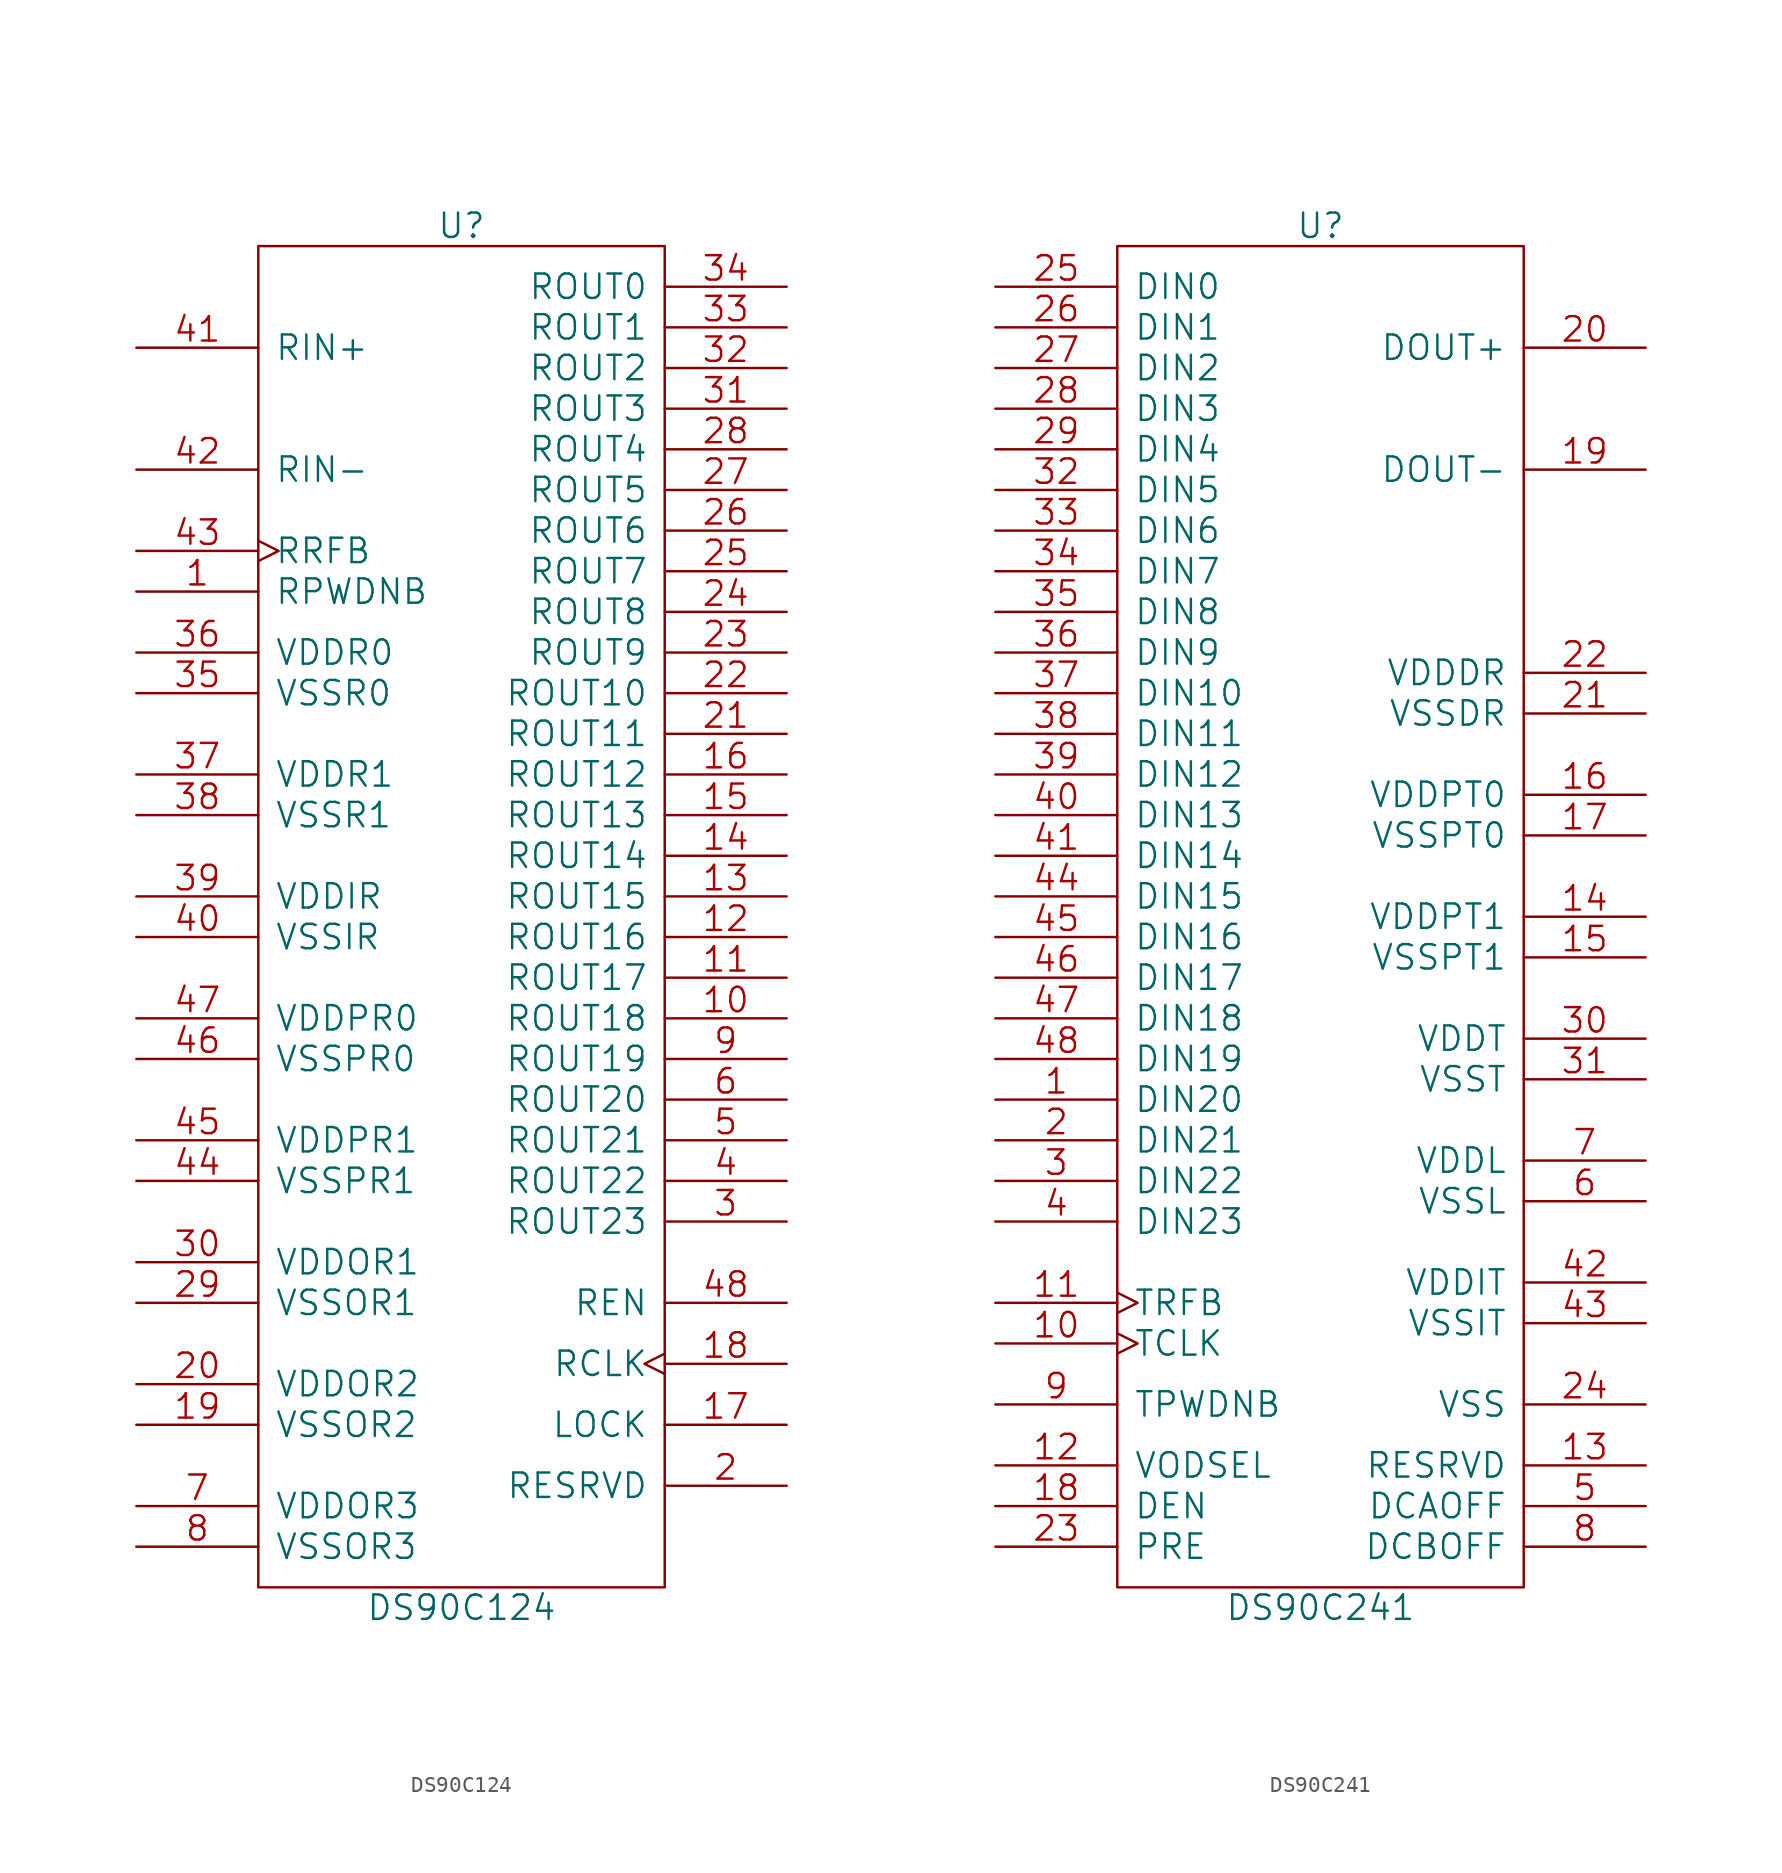
<source format=kicad_sym>
(kicad_symbol_lib
  (version 20211014)
  (generator kicad_symbol_editor)
  (symbol "DS90C124"
    (pin_names
      (offset 1.016))
    (property "Reference" "U"
      (at 0 43.18 0)
      (effects (font (size 1.524 1.524))))
    (property "Value" "DS90C124"
      (at 0 -43.18 0)
      (effects (font (size 1.524 1.524))))
    (property "Footprint" ""
      (at 0 0 0)
      (effects (font (size 1.524 1.524))))
    (property "Datasheet" ""
      (at 0 0 0)
      (effects (font (size 1.524 1.524))))
    (symbol "DS90C124_0_1"
      (rectangle (start -12.7 41.91) (end 12.7 -41.91) (stroke (width 0) (type default) (color 0 0 0 0)) (fill (type none))))
    (symbol "DS90C124_1_1"
      (pin input line (at -20.32 20.32 0) (length 7.62) (name "RPWDNB" (effects (font (size 1.524 1.524)))) (number "1" (effects (font (size 1.524 1.524)))))
      (pin output line (at 20.32 -6.35 180) (length 7.62) (name "ROUT18" (effects (font (size 1.524 1.524)))) (number "10" (effects (font (size 1.524 1.524)))))
      (pin output line (at 20.32 -3.81 180) (length 7.62) (name "ROUT17" (effects (font (size 1.524 1.524)))) (number "11" (effects (font (size 1.524 1.524)))))
      (pin output line (at 20.32 -1.27 180) (length 7.62) (name "ROUT16" (effects (font (size 1.524 1.524)))) (number "12" (effects (font (size 1.524 1.524)))))
      (pin output line (at 20.32 1.27 180) (length 7.62) (name "ROUT15" (effects (font (size 1.524 1.524)))) (number "13" (effects (font (size 1.524 1.524)))))
      (pin output line (at 20.32 3.81 180) (length 7.62) (name "ROUT14" (effects (font (size 1.524 1.524)))) (number "14" (effects (font (size 1.524 1.524)))))
      (pin output line (at 20.32 6.35 180) (length 7.62) (name "ROUT13" (effects (font (size 1.524 1.524)))) (number "15" (effects (font (size 1.524 1.524)))))
      (pin output line (at 20.32 8.89 180) (length 7.62) (name "ROUT12" (effects (font (size 1.524 1.524)))) (number "16" (effects (font (size 1.524 1.524)))))
      (pin output line (at 20.32 -31.75 180) (length 7.62) (name "LOCK" (effects (font (size 1.524 1.524)))) (number "17" (effects (font (size 1.524 1.524)))))
      (pin output clock (at 20.32 -27.94 180) (length 7.62) (name "RCLK" (effects (font (size 1.524 1.524)))) (number "18" (effects (font (size 1.524 1.524)))))
      (pin power_in line (at -20.32 -31.75 0) (length 7.62) (name "VSSOR2" (effects (font (size 1.524 1.524)))) (number "19" (effects (font (size 1.524 1.524)))))
      (pin input line (at 20.32 -35.56 180) (length 7.62) (name "RESRVD" (effects (font (size 1.524 1.524)))) (number "2" (effects (font (size 1.524 1.524)))))
      (pin power_in line (at -20.32 -29.21 0) (length 7.62) (name "VDDOR2" (effects (font (size 1.524 1.524)))) (number "20" (effects (font (size 1.524 1.524)))))
      (pin output line (at 20.32 11.43 180) (length 7.62) (name "ROUT11" (effects (font (size 1.524 1.524)))) (number "21" (effects (font (size 1.524 1.524)))))
      (pin output line (at 20.32 13.97 180) (length 7.62) (name "ROUT10" (effects (font (size 1.524 1.524)))) (number "22" (effects (font (size 1.524 1.524)))))
      (pin output line (at 20.32 16.51 180) (length 7.62) (name "ROUT9" (effects (font (size 1.524 1.524)))) (number "23" (effects (font (size 1.524 1.524)))))
      (pin output line (at 20.32 19.05 180) (length 7.62) (name "ROUT8" (effects (font (size 1.524 1.524)))) (number "24" (effects (font (size 1.524 1.524)))))
      (pin output line (at 20.32 21.59 180) (length 7.62) (name "ROUT7" (effects (font (size 1.524 1.524)))) (number "25" (effects (font (size 1.524 1.524)))))
      (pin output line (at 20.32 24.13 180) (length 7.62) (name "ROUT6" (effects (font (size 1.524 1.524)))) (number "26" (effects (font (size 1.524 1.524)))))
      (pin output line (at 20.32 26.67 180) (length 7.62) (name "ROUT5" (effects (font (size 1.524 1.524)))) (number "27" (effects (font (size 1.524 1.524)))))
      (pin output line (at 20.32 29.21 180) (length 7.62) (name "ROUT4" (effects (font (size 1.524 1.524)))) (number "28" (effects (font (size 1.524 1.524)))))
      (pin power_in line (at -20.32 -24.13 0) (length 7.62) (name "VSSOR1" (effects (font (size 1.524 1.524)))) (number "29" (effects (font (size 1.524 1.524)))))
      (pin output line (at 20.32 -19.05 180) (length 7.62) (name "ROUT23" (effects (font (size 1.524 1.524)))) (number "3" (effects (font (size 1.524 1.524)))))
      (pin power_in line (at -20.32 -21.59 0) (length 7.62) (name "VDDOR1" (effects (font (size 1.524 1.524)))) (number "30" (effects (font (size 1.524 1.524)))))
      (pin output line (at 20.32 31.75 180) (length 7.62) (name "ROUT3" (effects (font (size 1.524 1.524)))) (number "31" (effects (font (size 1.524 1.524)))))
      (pin output line (at 20.32 34.29 180) (length 7.62) (name "ROUT2" (effects (font (size 1.524 1.524)))) (number "32" (effects (font (size 1.524 1.524)))))
      (pin output line (at 20.32 36.83 180) (length 7.62) (name "ROUT1" (effects (font (size 1.524 1.524)))) (number "33" (effects (font (size 1.524 1.524)))))
      (pin output line (at 20.32 39.37 180) (length 7.62) (name "ROUT0" (effects (font (size 1.524 1.524)))) (number "34" (effects (font (size 1.524 1.524)))))
      (pin power_in line (at -20.32 13.97 0) (length 7.62) (name "VSSR0" (effects (font (size 1.524 1.524)))) (number "35" (effects (font (size 1.524 1.524)))))
      (pin power_in line (at -20.32 16.51 0) (length 7.62) (name "VDDR0" (effects (font (size 1.524 1.524)))) (number "36" (effects (font (size 1.524 1.524)))))
      (pin power_in line (at -20.32 8.89 0) (length 7.62) (name "VDDR1" (effects (font (size 1.524 1.524)))) (number "37" (effects (font (size 1.524 1.524)))))
      (pin power_in line (at -20.32 6.35 0) (length 7.62) (name "VSSR1" (effects (font (size 1.524 1.524)))) (number "38" (effects (font (size 1.524 1.524)))))
      (pin power_in line (at -20.32 1.27 0) (length 7.62) (name "VDDIR" (effects (font (size 1.524 1.524)))) (number "39" (effects (font (size 1.524 1.524)))))
      (pin output line (at 20.32 -16.51 180) (length 7.62) (name "ROUT22" (effects (font (size 1.524 1.524)))) (number "4" (effects (font (size 1.524 1.524)))))
      (pin power_in line (at -20.32 -1.27 0) (length 7.62) (name "VSSIR" (effects (font (size 1.524 1.524)))) (number "40" (effects (font (size 1.524 1.524)))))
      (pin input line (at -20.32 35.56 0) (length 7.62) (name "RIN+" (effects (font (size 1.524 1.524)))) (number "41" (effects (font (size 1.524 1.524)))))
      (pin input line (at -20.32 27.94 0) (length 7.62) (name "RIN-" (effects (font (size 1.524 1.524)))) (number "42" (effects (font (size 1.524 1.524)))))
      (pin input clock (at -20.32 22.86 0) (length 7.62) (name "RRFB" (effects (font (size 1.524 1.524)))) (number "43" (effects (font (size 1.524 1.524)))))
      (pin power_in line (at -20.32 -16.51 0) (length 7.62) (name "VSSPR1" (effects (font (size 1.524 1.524)))) (number "44" (effects (font (size 1.524 1.524)))))
      (pin power_in line (at -20.32 -13.97 0) (length 7.62) (name "VDDPR1" (effects (font (size 1.524 1.524)))) (number "45" (effects (font (size 1.524 1.524)))))
      (pin power_in line (at -20.32 -8.89 0) (length 7.62) (name "VSSPR0" (effects (font (size 1.524 1.524)))) (number "46" (effects (font (size 1.524 1.524)))))
      (pin power_in line (at -20.32 -6.35 0) (length 7.62) (name "VDDPR0" (effects (font (size 1.524 1.524)))) (number "47" (effects (font (size 1.524 1.524)))))
      (pin input line (at 20.32 -24.13 180) (length 7.62) (name "REN" (effects (font (size 1.524 1.524)))) (number "48" (effects (font (size 1.524 1.524)))))
      (pin output line (at 20.32 -13.97 180) (length 7.62) (name "ROUT21" (effects (font (size 1.524 1.524)))) (number "5" (effects (font (size 1.524 1.524)))))
      (pin output line (at 20.32 -11.43 180) (length 7.62) (name "ROUT20" (effects (font (size 1.524 1.524)))) (number "6" (effects (font (size 1.524 1.524)))))
      (pin power_in line (at -20.32 -36.83 0) (length 7.62) (name "VDDOR3" (effects (font (size 1.524 1.524)))) (number "7" (effects (font (size 1.524 1.524)))))
      (pin power_in line (at -20.32 -39.37 0) (length 7.62) (name "VSSOR3" (effects (font (size 1.524 1.524)))) (number "8" (effects (font (size 1.524 1.524)))))
      (pin output line (at 20.32 -8.89 180) (length 7.62) (name "ROUT19" (effects (font (size 1.524 1.524)))) (number "9" (effects (font (size 1.524 1.524)))))))
  (symbol "DS90C241"
    (pin_names
      (offset 1.016))
    (property "Reference" "U"
      (at 0 43.18 0)
      (effects (font (size 1.524 1.524))))
    (property "Value" "DS90C241"
      (at 0 -43.18 0)
      (effects (font (size 1.524 1.524))))
    (property "Footprint" ""
      (at 0 0 0)
      (effects (font (size 1.524 1.524))))
    (property "Datasheet" ""
      (at 0 0 0)
      (effects (font (size 1.524 1.524))))
    (symbol "DS90C241_0_1"
      (rectangle (start -12.7 41.91) (end 12.7 -41.91) (stroke (width 0) (type default) (color 0 0 0 0)) (fill (type none))))
    (symbol "DS90C241_1_1"
      (pin input line (at -20.32 -11.43 0) (length 7.62) (name "DIN20" (effects (font (size 1.524 1.524)))) (number "1" (effects (font (size 1.524 1.524)))))
      (pin input clock (at -20.32 -26.67 0) (length 7.62) (name "TCLK" (effects (font (size 1.524 1.524)))) (number "10" (effects (font (size 1.524 1.524)))))
      (pin input clock (at -20.32 -24.13 0) (length 7.62) (name "TRFB" (effects (font (size 1.524 1.524)))) (number "11" (effects (font (size 1.524 1.524)))))
      (pin input line (at -20.32 -34.29 0) (length 7.62) (name "VODSEL" (effects (font (size 1.524 1.524)))) (number "12" (effects (font (size 1.524 1.524)))))
      (pin input line (at 20.32 -34.29 180) (length 7.62) (name "RESRVD" (effects (font (size 1.524 1.524)))) (number "13" (effects (font (size 1.524 1.524)))))
      (pin power_in line (at 20.32 0 180) (length 7.62) (name "VDDPT1" (effects (font (size 1.524 1.524)))) (number "14" (effects (font (size 1.524 1.524)))))
      (pin power_in line (at 20.32 -2.54 180) (length 7.62) (name "VSSPT1" (effects (font (size 1.524 1.524)))) (number "15" (effects (font (size 1.524 1.524)))))
      (pin power_in line (at 20.32 7.62 180) (length 7.62) (name "VDDPT0" (effects (font (size 1.524 1.524)))) (number "16" (effects (font (size 1.524 1.524)))))
      (pin power_in line (at 20.32 5.08 180) (length 7.62) (name "VSSPT0" (effects (font (size 1.524 1.524)))) (number "17" (effects (font (size 1.524 1.524)))))
      (pin input line (at -20.32 -36.83 0) (length 7.62) (name "DEN" (effects (font (size 1.524 1.524)))) (number "18" (effects (font (size 1.524 1.524)))))
      (pin output line (at 20.32 27.94 180) (length 7.62) (name "DOUT-" (effects (font (size 1.524 1.524)))) (number "19" (effects (font (size 1.524 1.524)))))
      (pin input line (at -20.32 -13.97 0) (length 7.62) (name "DIN21" (effects (font (size 1.524 1.524)))) (number "2" (effects (font (size 1.524 1.524)))))
      (pin output line (at 20.32 35.56 180) (length 7.62) (name "DOUT+" (effects (font (size 1.524 1.524)))) (number "20" (effects (font (size 1.524 1.524)))))
      (pin power_in line (at 20.32 12.7 180) (length 7.62) (name "VSSDR" (effects (font (size 1.524 1.524)))) (number "21" (effects (font (size 1.524 1.524)))))
      (pin power_in line (at 20.32 15.24 180) (length 7.62) (name "VDDDR" (effects (font (size 1.524 1.524)))) (number "22" (effects (font (size 1.524 1.524)))))
      (pin input line (at -20.32 -39.37 0) (length 7.62) (name "PRE" (effects (font (size 1.524 1.524)))) (number "23" (effects (font (size 1.524 1.524)))))
      (pin power_in line (at 20.32 -30.48 180) (length 7.62) (name "VSS" (effects (font (size 1.524 1.524)))) (number "24" (effects (font (size 1.524 1.524)))))
      (pin input line (at -20.32 39.37 0) (length 7.62) (name "DIN0" (effects (font (size 1.524 1.524)))) (number "25" (effects (font (size 1.524 1.524)))))
      (pin input line (at -20.32 36.83 0) (length 7.62) (name "DIN1" (effects (font (size 1.524 1.524)))) (number "26" (effects (font (size 1.524 1.524)))))
      (pin input line (at -20.32 34.29 0) (length 7.62) (name "DIN2" (effects (font (size 1.524 1.524)))) (number "27" (effects (font (size 1.524 1.524)))))
      (pin input line (at -20.32 31.75 0) (length 7.62) (name "DIN3" (effects (font (size 1.524 1.524)))) (number "28" (effects (font (size 1.524 1.524)))))
      (pin input line (at -20.32 29.21 0) (length 7.62) (name "DIN4" (effects (font (size 1.524 1.524)))) (number "29" (effects (font (size 1.524 1.524)))))
      (pin input line (at -20.32 -16.51 0) (length 7.62) (name "DIN22" (effects (font (size 1.524 1.524)))) (number "3" (effects (font (size 1.524 1.524)))))
      (pin power_in line (at 20.32 -7.62 180) (length 7.62) (name "VDDT" (effects (font (size 1.524 1.524)))) (number "30" (effects (font (size 1.524 1.524)))))
      (pin power_in line (at 20.32 -10.16 180) (length 7.62) (name "VSST" (effects (font (size 1.524 1.524)))) (number "31" (effects (font (size 1.524 1.524)))))
      (pin input line (at -20.32 26.67 0) (length 7.62) (name "DIN5" (effects (font (size 1.524 1.524)))) (number "32" (effects (font (size 1.524 1.524)))))
      (pin input line (at -20.32 24.13 0) (length 7.62) (name "DIN6" (effects (font (size 1.524 1.524)))) (number "33" (effects (font (size 1.524 1.524)))))
      (pin input line (at -20.32 21.59 0) (length 7.62) (name "DIN7" (effects (font (size 1.524 1.524)))) (number "34" (effects (font (size 1.524 1.524)))))
      (pin input line (at -20.32 19.05 0) (length 7.62) (name "DIN8" (effects (font (size 1.524 1.524)))) (number "35" (effects (font (size 1.524 1.524)))))
      (pin input line (at -20.32 16.51 0) (length 7.62) (name "DIN9" (effects (font (size 1.524 1.524)))) (number "36" (effects (font (size 1.524 1.524)))))
      (pin input line (at -20.32 13.97 0) (length 7.62) (name "DIN10" (effects (font (size 1.524 1.524)))) (number "37" (effects (font (size 1.524 1.524)))))
      (pin input line (at -20.32 11.43 0) (length 7.62) (name "DIN11" (effects (font (size 1.524 1.524)))) (number "38" (effects (font (size 1.524 1.524)))))
      (pin input line (at -20.32 8.89 0) (length 7.62) (name "DIN12" (effects (font (size 1.524 1.524)))) (number "39" (effects (font (size 1.524 1.524)))))
      (pin input line (at -20.32 -19.05 0) (length 7.62) (name "DIN23" (effects (font (size 1.524 1.524)))) (number "4" (effects (font (size 1.524 1.524)))))
      (pin input line (at -20.32 6.35 0) (length 7.62) (name "DIN13" (effects (font (size 1.524 1.524)))) (number "40" (effects (font (size 1.524 1.524)))))
      (pin input line (at -20.32 3.81 0) (length 7.62) (name "DIN14" (effects (font (size 1.524 1.524)))) (number "41" (effects (font (size 1.524 1.524)))))
      (pin power_in line (at 20.32 -22.86 180) (length 7.62) (name "VDDIT" (effects (font (size 1.524 1.524)))) (number "42" (effects (font (size 1.524 1.524)))))
      (pin power_in line (at 20.32 -25.4 180) (length 7.62) (name "VSSIT" (effects (font (size 1.524 1.524)))) (number "43" (effects (font (size 1.524 1.524)))))
      (pin input line (at -20.32 1.27 0) (length 7.62) (name "DIN15" (effects (font (size 1.524 1.524)))) (number "44" (effects (font (size 1.524 1.524)))))
      (pin input line (at -20.32 -1.27 0) (length 7.62) (name "DIN16" (effects (font (size 1.524 1.524)))) (number "45" (effects (font (size 1.524 1.524)))))
      (pin input line (at -20.32 -3.81 0) (length 7.62) (name "DIN17" (effects (font (size 1.524 1.524)))) (number "46" (effects (font (size 1.524 1.524)))))
      (pin input line (at -20.32 -6.35 0) (length 7.62) (name "DIN18" (effects (font (size 1.524 1.524)))) (number "47" (effects (font (size 1.524 1.524)))))
      (pin input line (at -20.32 -8.89 0) (length 7.62) (name "DIN19" (effects (font (size 1.524 1.524)))) (number "48" (effects (font (size 1.524 1.524)))))
      (pin input line (at 20.32 -36.83 180) (length 7.62) (name "DCAOFF" (effects (font (size 1.524 1.524)))) (number "5" (effects (font (size 1.524 1.524)))))
      (pin power_in line (at 20.32 -17.78 180) (length 7.62) (name "VSSL" (effects (font (size 1.524 1.524)))) (number "6" (effects (font (size 1.524 1.524)))))
      (pin power_in line (at 20.32 -15.24 180) (length 7.62) (name "VDDL" (effects (font (size 1.524 1.524)))) (number "7" (effects (font (size 1.524 1.524)))))
      (pin input line (at 20.32 -39.37 180) (length 7.62) (name "DCBOFF" (effects (font (size 1.524 1.524)))) (number "8" (effects (font (size 1.524 1.524)))))
      (pin input line (at -20.32 -30.48 0) (length 7.62) (name "TPWDNB" (effects (font (size 1.524 1.524)))) (number "9" (effects (font (size 1.524 1.524))))))))
</source>
